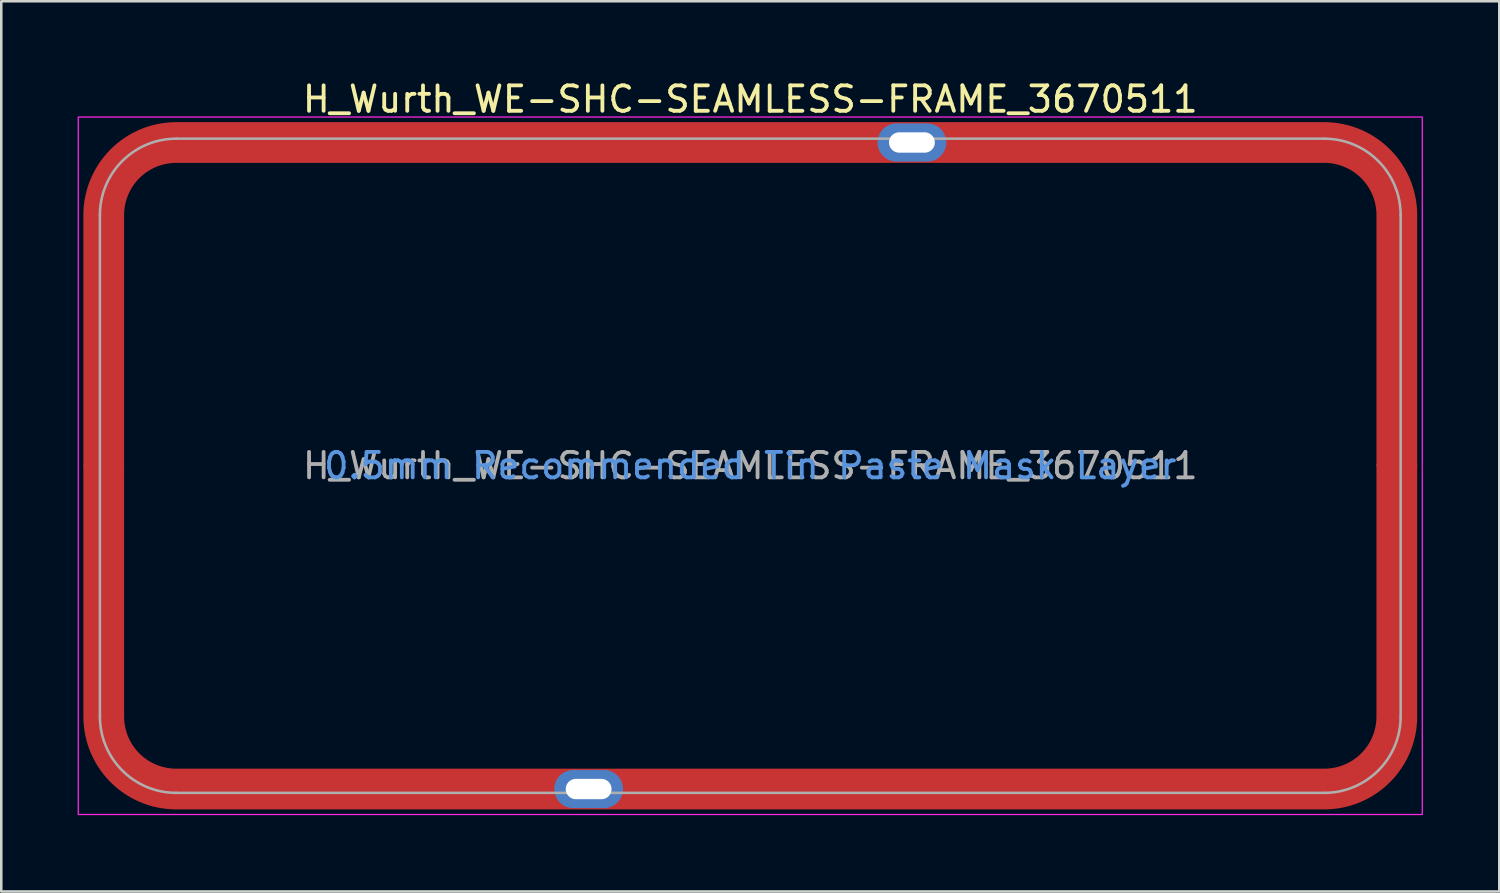
<source format=kicad_pcb>
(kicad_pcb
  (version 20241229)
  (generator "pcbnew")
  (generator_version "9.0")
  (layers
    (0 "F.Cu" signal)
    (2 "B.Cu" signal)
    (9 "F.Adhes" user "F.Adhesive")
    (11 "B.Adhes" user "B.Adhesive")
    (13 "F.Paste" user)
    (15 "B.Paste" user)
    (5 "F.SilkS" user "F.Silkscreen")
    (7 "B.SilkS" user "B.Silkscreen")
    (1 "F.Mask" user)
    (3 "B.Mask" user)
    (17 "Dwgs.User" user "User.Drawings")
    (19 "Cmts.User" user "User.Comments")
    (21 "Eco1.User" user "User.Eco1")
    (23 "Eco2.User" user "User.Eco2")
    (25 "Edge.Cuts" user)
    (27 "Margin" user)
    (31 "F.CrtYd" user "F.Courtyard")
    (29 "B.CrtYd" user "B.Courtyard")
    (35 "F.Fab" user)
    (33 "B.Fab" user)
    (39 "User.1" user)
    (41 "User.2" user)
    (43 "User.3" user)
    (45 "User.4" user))
  (footprint "H_Wurth_WE-SHC-SEAMLESS-FRAME_3670511"
    (layer "F.Cu")
    (at 26.425 15.248)
    (property "Reference" "H_Wurth_WE-SHC-SEAMLESS-FRAME_3670511" (at 0 -14.4 0) (unlocked yes) (layer "F.SilkS") (effects (font (size 1 1) (thickness 0.15))))
    (attr smd)
    (fp_poly (pts (xy -24.65 0.004) (xy -26.15 0.004) (xy -26.15 -9.85) (xy -26.145 -10.038) (xy -26.13 -10.226) (xy -26.106 -10.413) (xy -26.071 -10.598) (xy -26.027 -10.782) (xy -25.974 -10.962) (xy -25.911 -11.14) (xy -25.839 -11.314) (xy -25.758 -11.484) (xy -25.668 -11.65) (xy -25.569 -11.811) (xy -25.462 -11.966) (xy -25.348 -12.116) (xy -25.225 -12.259) (xy -25.096 -12.396) (xy -24.959 -12.525) (xy -24.816 -12.648) (xy -24.666 -12.762) (xy -24.511 -12.869) (xy -24.35 -12.968) (xy -24.184 -13.058) (xy -24.014 -13.139) (xy -23.84 -13.211) (xy -23.662 -13.274) (xy -23.482 -13.327) (xy -23.298 -13.371) (xy -23.113 -13.406) (xy -22.926 -13.43) (xy -22.738 -13.445) (xy -22.55 -13.45) (xy 22.55 -13.45) (xy 22.738 -13.445) (xy 22.926 -13.43) (xy 23.113 -13.406) (xy 23.298 -13.371) (xy 23.482 -13.327) (xy 23.662 -13.274) (xy 23.84 -13.211) (xy 24.014 -13.139) (xy 24.184 -13.058) (xy 24.35 -12.968) (xy 24.511 -12.869) (xy 24.666 -12.762) (xy 24.816 -12.648) (xy 24.959 -12.525) (xy 25.096 -12.396) (xy 25.225 -12.259) (xy 25.348 -12.116) (xy 25.462 -11.966) (xy 25.569 -11.811) (xy 25.668 -11.65) (xy 25.758 -11.484) (xy 25.839 -11.314) (xy 25.911 -11.14) (xy 25.974 -10.962) (xy 26.027 -10.782) (xy 26.071 -10.598) (xy 26.106 -10.413) (xy 26.13 -10.226) (xy 26.145 -10.038) (xy 26.15 -9.85) (xy 26.15 0.004) (xy 24.65 0.004) (xy 24.65 -9.85) (xy 24.647 -9.96) (xy 24.638 -10.07) (xy 24.624 -10.179) (xy 24.604 -10.287) (xy 24.578 -10.394) (xy 24.547 -10.499) (xy 24.511 -10.603) (xy 24.468 -10.704) (xy 24.421 -10.803) (xy 24.369 -10.9) (xy 24.311 -10.994) (xy 24.249 -11.084) (xy 24.182 -11.172) (xy 24.111 -11.255) (xy 24.035 -11.335) (xy 23.955 -11.411) (xy 23.872 -11.482) (xy 23.784 -11.549) (xy 23.694 -11.611) (xy 23.6 -11.669) (xy 23.503 -11.721) (xy 23.404 -11.768) (xy 23.303 -11.811) (xy 23.199 -11.847) (xy 23.094 -11.878) (xy 22.987 -11.904) (xy 22.879 -11.924) (xy 22.77 -11.938) (xy 22.66 -11.947) (xy 22.55 -11.95) (xy -22.55 -11.95) (xy -22.66 -11.947) (xy -22.77 -11.938) (xy -22.879 -11.924) (xy -22.987 -11.904) (xy -23.094 -11.878) (xy -23.199 -11.847) (xy -23.303 -11.811) (xy -23.404 -11.768) (xy -23.503 -11.721) (xy -23.6 -11.669) (xy -23.694 -11.611) (xy -23.784 -11.549) (xy -23.872 -11.482) (xy -23.955 -11.411) (xy -24.035 -11.335) (xy -24.111 -11.255) (xy -24.182 -11.172) (xy -24.249 -11.084) (xy -24.311 -10.994) (xy -24.369 -10.9) (xy -24.421 -10.803) (xy -24.468 -10.704) (xy -24.511 -10.603) (xy -24.547 -10.499) (xy -24.578 -10.394) (xy -24.604 -10.287) (xy -24.624 -10.179) (xy -24.638 -10.07) (xy -24.647 -9.96) (xy -24.65 -9.85) (xy -24.65 -0.25)) (stroke (width 0.1) (type solid)) (fill yes) (layer "F.Cu"))
    (fp_poly (pts (xy 24.65 -0.05) (xy 26.15 -0.05) (xy 26.15 9.85) (xy 26.145 10.038) (xy 26.13 10.226) (xy 26.106 10.413) (xy 26.071 10.598) (xy 26.027 10.782) (xy 25.974 10.962) (xy 25.911 11.14) (xy 25.839 11.314) (xy 25.758 11.484) (xy 25.668 11.65) (xy 25.569 11.811) (xy 25.462 11.966) (xy 25.348 12.116) (xy 25.225 12.259) (xy 25.096 12.396) (xy 24.959 12.525) (xy 24.816 12.648) (xy 24.666 12.762) (xy 24.511 12.869) (xy 24.35 12.968) (xy 24.184 13.058) (xy 24.014 13.139) (xy 23.84 13.211) (xy 23.662 13.274) (xy 23.482 13.327) (xy 23.298 13.371) (xy 23.113 13.406) (xy 22.926 13.43) (xy 22.738 13.445) (xy 22.55 13.45) (xy -22.55 13.45) (xy -22.738 13.445) (xy -22.926 13.43) (xy -23.113 13.406) (xy -23.298 13.371) (xy -23.482 13.327) (xy -23.662 13.274) (xy -23.84 13.211) (xy -24.014 13.139) (xy -24.184 13.058) (xy -24.35 12.968) (xy -24.511 12.869) (xy -24.666 12.762) (xy -24.816 12.648) (xy -24.959 12.525) (xy -25.096 12.396) (xy -25.225 12.259) (xy -25.348 12.116) (xy -25.462 11.966) (xy -25.569 11.811) (xy -25.668 11.65) (xy -25.758 11.484) (xy -25.839 11.314) (xy -25.911 11.14) (xy -25.974 10.962) (xy -26.027 10.782) (xy -26.071 10.598) (xy -26.106 10.413) (xy -26.13 10.226) (xy -26.145 10.038) (xy -26.15 9.85) (xy -26.15 -0.004) (xy -24.65 -0.004) (xy -24.65 9.85) (xy -24.647 9.96) (xy -24.638 10.07) (xy -24.624 10.179) (xy -24.604 10.287) (xy -24.578 10.394) (xy -24.547 10.499) (xy -24.511 10.603) (xy -24.468 10.704) (xy -24.421 10.803) (xy -24.369 10.9) (xy -24.311 10.994) (xy -24.249 11.084) (xy -24.182 11.172) (xy -24.111 11.255) (xy -24.035 11.335) (xy -23.955 11.411) (xy -23.872 11.482) (xy -23.784 11.549) (xy -23.694 11.611) (xy -23.6 11.669) (xy -23.503 11.721) (xy -23.404 11.768) (xy -23.303 11.811) (xy -23.199 11.847) (xy -23.094 11.878) (xy -22.987 11.904) (xy -22.879 11.924) (xy -22.77 11.938) (xy -22.66 11.947) (xy -22.55 11.95) (xy 22.55 11.95) (xy 22.66 11.947) (xy 22.77 11.938) (xy 22.879 11.924) (xy 22.987 11.904) (xy 23.094 11.878) (xy 23.199 11.847) (xy 23.303 11.811) (xy 23.404 11.768) (xy 23.503 11.721) (xy 23.6 11.669) (xy 23.694 11.611) (xy 23.784 11.549) (xy 23.872 11.482) (xy 23.955 11.411) (xy 24.035 11.335) (xy 24.111 11.255) (xy 24.182 11.172) (xy 24.249 11.084) (xy 24.311 10.994) (xy 24.369 10.9) (xy 24.421 10.803) (xy 24.468 10.704) (xy 24.511 10.603) (xy 24.547 10.499) (xy 24.578 10.394) (xy 24.604 10.287) (xy 24.624 10.179) (xy 24.638 10.07) (xy 24.647 9.96) (xy 24.65 9.85) (xy 24.65 0.25)) (stroke (width 0.1) (type solid)) (fill yes) (layer "F.Cu"))
    (fp_poly (pts (xy -24.65 0.004) (xy -26.15 0.004) (xy -26.15 -9.85) (xy -26.145 -10.038) (xy -26.13 -10.226) (xy -26.106 -10.413) (xy -26.071 -10.598) (xy -26.027 -10.782) (xy -25.974 -10.962) (xy -25.911 -11.14) (xy -25.839 -11.314) (xy -25.758 -11.484) (xy -25.668 -11.65) (xy -25.569 -11.811) (xy -25.462 -11.966) (xy -25.348 -12.116) (xy -25.225 -12.259) (xy -25.096 -12.396) (xy -24.959 -12.525) (xy -24.816 -12.648) (xy -24.666 -12.762) (xy -24.511 -12.869) (xy -24.35 -12.968) (xy -24.184 -13.058) (xy -24.014 -13.139) (xy -23.84 -13.211) (xy -23.662 -13.274) (xy -23.482 -13.327) (xy -23.298 -13.371) (xy -23.113 -13.406) (xy -22.926 -13.43) (xy -22.738 -13.445) (xy -22.55 -13.45) (xy 22.55 -13.45) (xy 22.738 -13.445) (xy 22.926 -13.43) (xy 23.113 -13.406) (xy 23.298 -13.371) (xy 23.482 -13.327) (xy 23.662 -13.274) (xy 23.84 -13.211) (xy 24.014 -13.139) (xy 24.184 -13.058) (xy 24.35 -12.968) (xy 24.511 -12.869) (xy 24.666 -12.762) (xy 24.816 -12.648) (xy 24.959 -12.525) (xy 25.096 -12.396) (xy 25.225 -12.259) (xy 25.348 -12.116) (xy 25.462 -11.966) (xy 25.569 -11.811) (xy 25.668 -11.65) (xy 25.758 -11.484) (xy 25.839 -11.314) (xy 25.911 -11.14) (xy 25.974 -10.962) (xy 26.027 -10.782) (xy 26.071 -10.598) (xy 26.106 -10.413) (xy 26.13 -10.226) (xy 26.145 -10.038) (xy 26.15 -9.85) (xy 26.15 0.004) (xy 24.65 0.004) (xy 24.65 -9.85) (xy 24.647 -9.96) (xy 24.638 -10.07) (xy 24.624 -10.179) (xy 24.604 -10.287) (xy 24.578 -10.394) (xy 24.547 -10.499) (xy 24.511 -10.603) (xy 24.468 -10.704) (xy 24.421 -10.803) (xy 24.369 -10.9) (xy 24.311 -10.994) (xy 24.249 -11.084) (xy 24.182 -11.172) (xy 24.111 -11.255) (xy 24.035 -11.335) (xy 23.955 -11.411) (xy 23.872 -11.482) (xy 23.784 -11.549) (xy 23.694 -11.611) (xy 23.6 -11.669) (xy 23.503 -11.721) (xy 23.404 -11.768) (xy 23.303 -11.811) (xy 23.199 -11.847) (xy 23.094 -11.878) (xy 22.987 -11.904) (xy 22.879 -11.924) (xy 22.77 -11.938) (xy 22.66 -11.947) (xy 22.55 -11.95) (xy -22.55 -11.95) (xy -22.66 -11.947) (xy -22.77 -11.938) (xy -22.879 -11.924) (xy -22.987 -11.904) (xy -23.094 -11.878) (xy -23.199 -11.847) (xy -23.303 -11.811) (xy -23.404 -11.768) (xy -23.503 -11.721) (xy -23.6 -11.669) (xy -23.694 -11.611) (xy -23.784 -11.549) (xy -23.872 -11.482) (xy -23.955 -11.411) (xy -24.035 -11.335) (xy -24.111 -11.255) (xy -24.182 -11.172) (xy -24.249 -11.084) (xy -24.311 -10.994) (xy -24.369 -10.9) (xy -24.421 -10.803) (xy -24.468 -10.704) (xy -24.511 -10.603) (xy -24.547 -10.499) (xy -24.578 -10.394) (xy -24.604 -10.287) (xy -24.624 -10.179) (xy -24.638 -10.07) (xy -24.647 -9.96) (xy -24.65 -9.85) (xy -24.65 -0.25)) (stroke (width 0.1) (type solid)) (fill yes) (layer "F.Mask"))
    (fp_poly (pts (xy 24.65 -0.05) (xy 26.15 -0.05) (xy 26.15 9.85) (xy 26.145 10.038) (xy 26.13 10.226) (xy 26.106 10.413) (xy 26.071 10.598) (xy 26.027 10.782) (xy 25.974 10.962) (xy 25.911 11.14) (xy 25.839 11.314) (xy 25.758 11.484) (xy 25.668 11.65) (xy 25.569 11.811) (xy 25.462 11.966) (xy 25.348 12.116) (xy 25.225 12.259) (xy 25.096 12.396) (xy 24.959 12.525) (xy 24.816 12.648) (xy 24.666 12.762) (xy 24.511 12.869) (xy 24.35 12.968) (xy 24.184 13.058) (xy 24.014 13.139) (xy 23.84 13.211) (xy 23.662 13.274) (xy 23.482 13.327) (xy 23.298 13.371) (xy 23.113 13.406) (xy 22.926 13.43) (xy 22.738 13.445) (xy 22.55 13.45) (xy -22.55 13.45) (xy -22.738 13.445) (xy -22.926 13.43) (xy -23.113 13.406) (xy -23.298 13.371) (xy -23.482 13.327) (xy -23.662 13.274) (xy -23.84 13.211) (xy -24.014 13.139) (xy -24.184 13.058) (xy -24.35 12.968) (xy -24.511 12.869) (xy -24.666 12.762) (xy -24.816 12.648) (xy -24.959 12.525) (xy -25.096 12.396) (xy -25.225 12.259) (xy -25.348 12.116) (xy -25.462 11.966) (xy -25.569 11.811) (xy -25.668 11.65) (xy -25.758 11.484) (xy -25.839 11.314) (xy -25.911 11.14) (xy -25.974 10.962) (xy -26.027 10.782) (xy -26.071 10.598) (xy -26.106 10.413) (xy -26.13 10.226) (xy -26.145 10.038) (xy -26.15 9.85) (xy -26.15 -0.004) (xy -24.65 -0.004) (xy -24.65 9.85) (xy -24.647 9.96) (xy -24.638 10.07) (xy -24.624 10.179) (xy -24.604 10.287) (xy -24.578 10.394) (xy -24.547 10.499) (xy -24.511 10.603) (xy -24.468 10.704) (xy -24.421 10.803) (xy -24.369 10.9) (xy -24.311 10.994) (xy -24.249 11.084) (xy -24.182 11.172) (xy -24.111 11.255) (xy -24.035 11.335) (xy -23.955 11.411) (xy -23.872 11.482) (xy -23.784 11.549) (xy -23.694 11.611) (xy -23.6 11.669) (xy -23.503 11.721) (xy -23.404 11.768) (xy -23.303 11.811) (xy -23.199 11.847) (xy -23.094 11.878) (xy -22.987 11.904) (xy -22.879 11.924) (xy -22.77 11.938) (xy -22.66 11.947) (xy -22.55 11.95) (xy 22.55 11.95) (xy 22.66 11.947) (xy 22.77 11.938) (xy 22.879 11.924) (xy 22.987 11.904) (xy 23.094 11.878) (xy 23.199 11.847) (xy 23.303 11.811) (xy 23.404 11.768) (xy 23.503 11.721) (xy 23.6 11.669) (xy 23.694 11.611) (xy 23.784 11.549) (xy 23.872 11.482) (xy 23.955 11.411) (xy 24.035 11.335) (xy 24.111 11.255) (xy 24.182 11.172) (xy 24.249 11.084) (xy 24.311 10.994) (xy 24.369 10.9) (xy 24.421 10.803) (xy 24.468 10.704) (xy 24.511 10.603) (xy 24.547 10.499) (xy 24.578 10.394) (xy 24.604 10.287) (xy 24.624 10.179) (xy 24.638 10.07) (xy 24.647 9.96) (xy 24.65 9.85) (xy 24.65 0.25)) (stroke (width 0.1) (type solid)) (fill yes) (layer "F.Mask"))
    (fp_poly (pts (xy -24.65 0.004) (xy -26.15 0.004) (xy -26.15 -9.85) (xy -26.145 -10.038) (xy -26.13 -10.226) (xy -26.106 -10.413) (xy -26.071 -10.598) (xy -26.027 -10.782) (xy -25.974 -10.962) (xy -25.911 -11.14) (xy -25.839 -11.314) (xy -25.758 -11.484) (xy -25.668 -11.65) (xy -25.569 -11.811) (xy -25.462 -11.966) (xy -25.348 -12.116) (xy -25.225 -12.259) (xy -25.096 -12.396) (xy -24.959 -12.525) (xy -24.816 -12.648) (xy -24.666 -12.762) (xy -24.511 -12.869) (xy -24.35 -12.968) (xy -24.184 -13.058) (xy -24.014 -13.139) (xy -23.84 -13.211) (xy -23.662 -13.274) (xy -23.482 -13.327) (xy -23.298 -13.371) (xy -23.113 -13.406) (xy -22.926 -13.43) (xy -22.738 -13.445) (xy -22.55 -13.45) (xy 22.55 -13.45) (xy 22.738 -13.445) (xy 22.926 -13.43) (xy 23.113 -13.406) (xy 23.298 -13.371) (xy 23.482 -13.327) (xy 23.662 -13.274) (xy 23.84 -13.211) (xy 24.014 -13.139) (xy 24.184 -13.058) (xy 24.35 -12.968) (xy 24.511 -12.869) (xy 24.666 -12.762) (xy 24.816 -12.648) (xy 24.959 -12.525) (xy 25.096 -12.396) (xy 25.225 -12.259) (xy 25.348 -12.116) (xy 25.462 -11.966) (xy 25.569 -11.811) (xy 25.668 -11.65) (xy 25.758 -11.484) (xy 25.839 -11.314) (xy 25.911 -11.14) (xy 25.974 -10.962) (xy 26.027 -10.782) (xy 26.071 -10.598) (xy 26.106 -10.413) (xy 26.13 -10.226) (xy 26.145 -10.038) (xy 26.15 -9.85) (xy 26.15 0.004) (xy 24.65 0.004) (xy 24.65 -9.85) (xy 24.647 -9.96) (xy 24.638 -10.07) (xy 24.624 -10.179) (xy 24.604 -10.287) (xy 24.578 -10.394) (xy 24.547 -10.499) (xy 24.511 -10.603) (xy 24.468 -10.704) (xy 24.421 -10.803) (xy 24.369 -10.9) (xy 24.311 -10.994) (xy 24.249 -11.084) (xy 24.182 -11.172) (xy 24.111 -11.255) (xy 24.035 -11.335) (xy 23.955 -11.411) (xy 23.872 -11.482) (xy 23.784 -11.549) (xy 23.694 -11.611) (xy 23.6 -11.669) (xy 23.503 -11.721) (xy 23.404 -11.768) (xy 23.303 -11.811) (xy 23.199 -11.847) (xy 23.094 -11.878) (xy 22.987 -11.904) (xy 22.879 -11.924) (xy 22.77 -11.938) (xy 22.66 -11.947) (xy 22.55 -11.95) (xy -22.55 -11.95) (xy -22.66 -11.947) (xy -22.77 -11.938) (xy -22.879 -11.924) (xy -22.987 -11.904) (xy -23.094 -11.878) (xy -23.199 -11.847) (xy -23.303 -11.811) (xy -23.404 -11.768) (xy -23.503 -11.721) (xy -23.6 -11.669) (xy -23.694 -11.611) (xy -23.784 -11.549) (xy -23.872 -11.482) (xy -23.955 -11.411) (xy -24.035 -11.335) (xy -24.111 -11.255) (xy -24.182 -11.172) (xy -24.249 -11.084) (xy -24.311 -10.994) (xy -24.369 -10.9) (xy -24.421 -10.803) (xy -24.468 -10.704) (xy -24.511 -10.603) (xy -24.547 -10.499) (xy -24.578 -10.394) (xy -24.604 -10.287) (xy -24.624 -10.179) (xy -24.638 -10.07) (xy -24.647 -9.96) (xy -24.65 -9.85) (xy -24.65 -0.25)) (stroke (width 0.1) (type solid)) (fill yes) (layer "F.Paste"))
    (fp_poly (pts (xy 24.65 -0.05) (xy 26.15 -0.05) (xy 26.15 9.85) (xy 26.145 10.038) (xy 26.13 10.226) (xy 26.106 10.413) (xy 26.071 10.598) (xy 26.027 10.782) (xy 25.974 10.962) (xy 25.911 11.14) (xy 25.839 11.314) (xy 25.758 11.484) (xy 25.668 11.65) (xy 25.569 11.811) (xy 25.462 11.966) (xy 25.348 12.116) (xy 25.225 12.259) (xy 25.096 12.396) (xy 24.959 12.525) (xy 24.816 12.648) (xy 24.666 12.762) (xy 24.511 12.869) (xy 24.35 12.968) (xy 24.184 13.058) (xy 24.014 13.139) (xy 23.84 13.211) (xy 23.662 13.274) (xy 23.482 13.327) (xy 23.298 13.371) (xy 23.113 13.406) (xy 22.926 13.43) (xy 22.738 13.445) (xy 22.55 13.45) (xy -22.55 13.45) (xy -22.738 13.445) (xy -22.926 13.43) (xy -23.113 13.406) (xy -23.298 13.371) (xy -23.482 13.327) (xy -23.662 13.274) (xy -23.84 13.211) (xy -24.014 13.139) (xy -24.184 13.058) (xy -24.35 12.968) (xy -24.511 12.869) (xy -24.666 12.762) (xy -24.816 12.648) (xy -24.959 12.525) (xy -25.096 12.396) (xy -25.225 12.259) (xy -25.348 12.116) (xy -25.462 11.966) (xy -25.569 11.811) (xy -25.668 11.65) (xy -25.758 11.484) (xy -25.839 11.314) (xy -25.911 11.14) (xy -25.974 10.962) (xy -26.027 10.782) (xy -26.071 10.598) (xy -26.106 10.413) (xy -26.13 10.226) (xy -26.145 10.038) (xy -26.15 9.85) (xy -26.15 -0.004) (xy -24.65 -0.004) (xy -24.65 9.85) (xy -24.647 9.96) (xy -24.638 10.07) (xy -24.624 10.179) (xy -24.604 10.287) (xy -24.578 10.394) (xy -24.547 10.499) (xy -24.511 10.603) (xy -24.468 10.704) (xy -24.421 10.803) (xy -24.369 10.9) (xy -24.311 10.994) (xy -24.249 11.084) (xy -24.182 11.172) (xy -24.111 11.255) (xy -24.035 11.335) (xy -23.955 11.411) (xy -23.872 11.482) (xy -23.784 11.549) (xy -23.694 11.611) (xy -23.6 11.669) (xy -23.503 11.721) (xy -23.404 11.768) (xy -23.303 11.811) (xy -23.199 11.847) (xy -23.094 11.878) (xy -22.987 11.904) (xy -22.879 11.924) (xy -22.77 11.938) (xy -22.66 11.947) (xy -22.55 11.95) (xy 22.55 11.95) (xy 22.66 11.947) (xy 22.77 11.938) (xy 22.879 11.924) (xy 22.987 11.904) (xy 23.094 11.878) (xy 23.199 11.847) (xy 23.303 11.811) (xy 23.404 11.768) (xy 23.503 11.721) (xy 23.6 11.669) (xy 23.694 11.611) (xy 23.784 11.549) (xy 23.872 11.482) (xy 23.955 11.411) (xy 24.035 11.335) (xy 24.111 11.255) (xy 24.182 11.172) (xy 24.249 11.084) (xy 24.311 10.994) (xy 24.369 10.9) (xy 24.421 10.803) (xy 24.468 10.704) (xy 24.511 10.603) (xy 24.547 10.499) (xy 24.578 10.394) (xy 24.604 10.287) (xy 24.624 10.179) (xy 24.638 10.07) (xy 24.647 9.96) (xy 24.65 9.85) (xy 24.65 0.25)) (stroke (width 0.1) (type solid)) (fill yes) (layer "F.Paste"))
    (fp_rect (start -26.4 -13.7) (end 26.4 13.7) (stroke (width 0.05) (type solid)) (fill no) (layer "F.CrtYd"))
    (fp_line (start -25.55 9.85) (end -25.55 -9.85) (stroke (width 0.1) (type solid)) (layer "F.Fab"))
    (fp_line (start -22.55 -12.85) (end 22.55 -12.85) (stroke (width 0.1) (type solid)) (layer "F.Fab"))
    (fp_line (start -22.55 12.85) (end 22.55 12.85) (stroke (width 0.1) (type solid)) (layer "F.Fab"))
    (fp_line (start 25.55 9.85) (end 25.55 -9.85) (stroke (width 0.1) (type solid)) (layer "F.Fab"))
    (fp_arc (start -25.55 -9.85) (mid -24.671321 -11.971321) (end -22.55 -12.85) (stroke (width 0.1) (type default)) (layer "F.Fab"))
    (fp_arc (start -22.55 12.85) (mid -24.671321 11.971321) (end -25.55 9.85) (stroke (width 0.1) (type default)) (layer "F.Fab"))
    (fp_arc (start 22.55 -12.85) (mid 24.671321 -11.971321) (end 25.55 -9.85) (stroke (width 0.1) (type default)) (layer "F.Fab"))
    (fp_arc (start 25.55 9.85) (mid 24.671321 11.971321) (end 22.55 12.85) (stroke (width 0.1) (type default)) (layer "F.Fab"))
    (fp_text user "0.5mm Recommended Tin Paste Mask Layer" (at 0 0 0) (unlocked yes) (layer "Cmts.User") (effects (font (size 1 1) (thickness 0.15))))
    (fp_text user "${REFERENCE}" (at 0 0 0) (unlocked yes) (layer "F.Fab") (effects (font (size 1 1) (thickness 0.15))))
    (pad "1" thru_hole oval (at -6.35 12.7) (size 2.7 1.5) (drill oval 1.8 0.8) (layers "*.Cu" "*.Mask"))
    (pad "1" thru_hole oval (at 6.35 -12.7) (size 2.7 1.5) (drill oval 1.8 0.8) (layers "*.Cu" "*.Mask")))
  (gr_rect
    (start -3 -3)
    (end 55.85 31.973)
    (stroke (width 0.1) (type default))
    (fill no)
    (layer "Edge.Cuts")))
</source>
